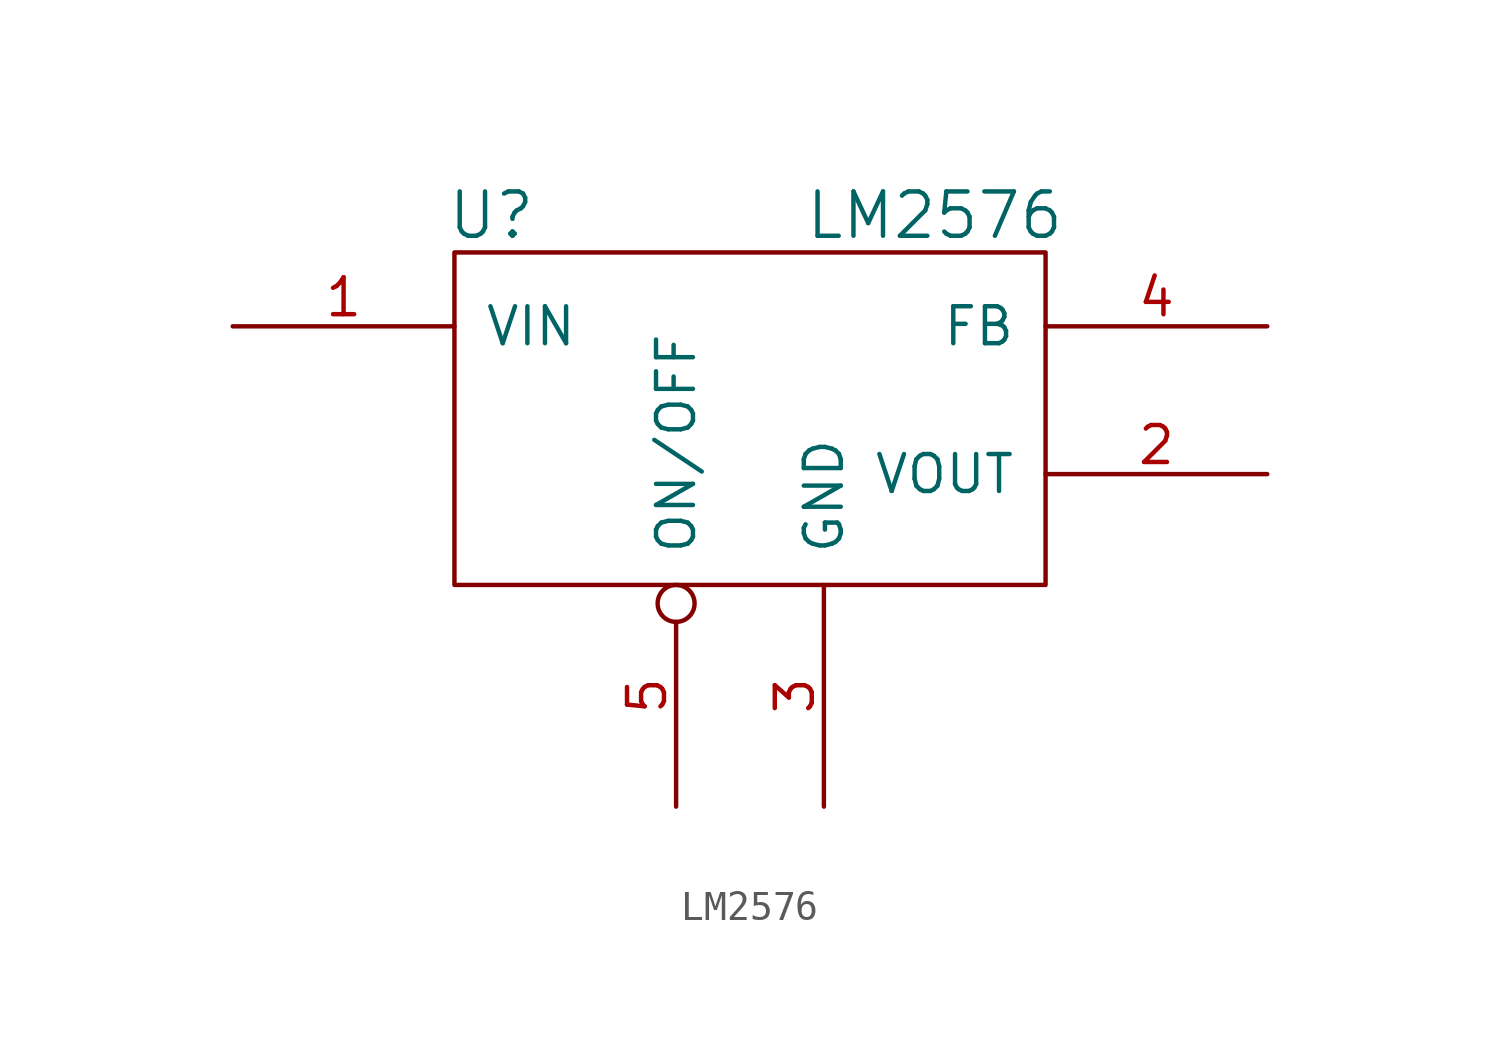
<source format=kicad_sym>
(kicad_symbol_lib
  (version 20211014)
  (generator kicad_symbol_editor)
  (symbol "LM2576"
    (pin_names
      (offset 1.016))
    (property "Reference" "U"
      (at -8.89 6.35 0)
      (effects (font (size 1.524 1.524))))
    (property "Value" "LM2576"
      (at 6.35 6.35 0)
      (effects (font (size 1.524 1.524))))
    (symbol "LM2576_0_1"
      (rectangle (start -10.16 5.08) (end 10.16 -6.35) (stroke (width 0) (type default) (color 0 0 0 0)) (fill (type none))))
    (symbol "LM2576_1_1"
      (pin power_in line (at -17.78 2.54 0) (length 7.62) (name "VIN" (effects (font (size 1.27 1.27)))) (number "1" (effects (font (size 1.27 1.27)))))
      (pin power_out line (at 17.78 -2.54 180) (length 7.62) (name "VOUT" (effects (font (size 1.27 1.27)))) (number "2" (effects (font (size 1.27 1.27)))))
      (pin power_in line (at 2.54 -13.97 90) (length 7.62) (name "GND" (effects (font (size 1.27 1.27)))) (number "3" (effects (font (size 1.27 1.27)))))
      (pin input line (at 17.78 2.54 180) (length 7.62) (name "FB" (effects (font (size 1.27 1.27)))) (number "4" (effects (font (size 1.27 1.27)))))
      (pin input inverted (at -2.54 -13.97 90) (length 7.62) (name "ON/OFF" (effects (font (size 1.27 1.27)))) (number "5" (effects (font (size 1.27 1.27))))))))
</source>
